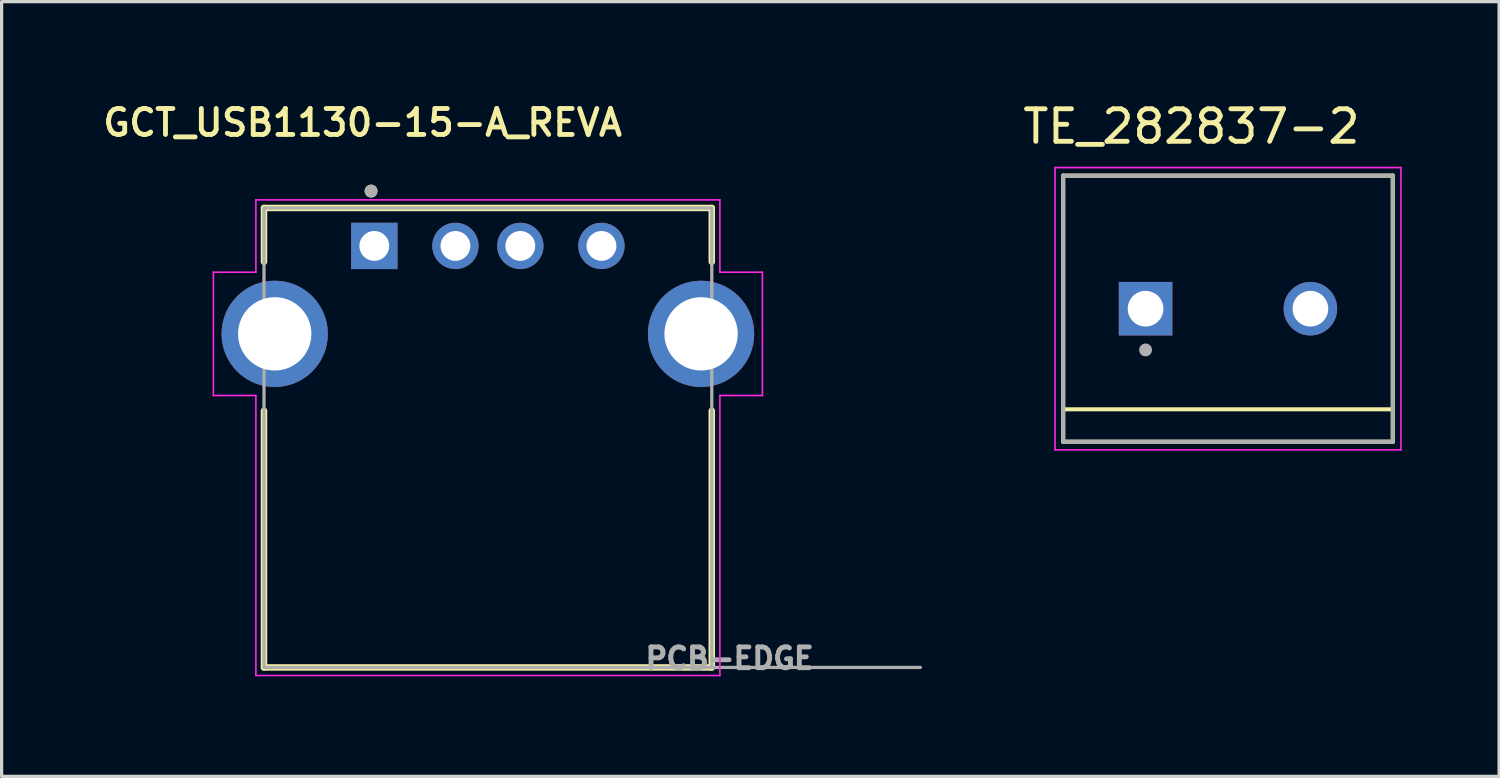
<source format=kicad_pcb>
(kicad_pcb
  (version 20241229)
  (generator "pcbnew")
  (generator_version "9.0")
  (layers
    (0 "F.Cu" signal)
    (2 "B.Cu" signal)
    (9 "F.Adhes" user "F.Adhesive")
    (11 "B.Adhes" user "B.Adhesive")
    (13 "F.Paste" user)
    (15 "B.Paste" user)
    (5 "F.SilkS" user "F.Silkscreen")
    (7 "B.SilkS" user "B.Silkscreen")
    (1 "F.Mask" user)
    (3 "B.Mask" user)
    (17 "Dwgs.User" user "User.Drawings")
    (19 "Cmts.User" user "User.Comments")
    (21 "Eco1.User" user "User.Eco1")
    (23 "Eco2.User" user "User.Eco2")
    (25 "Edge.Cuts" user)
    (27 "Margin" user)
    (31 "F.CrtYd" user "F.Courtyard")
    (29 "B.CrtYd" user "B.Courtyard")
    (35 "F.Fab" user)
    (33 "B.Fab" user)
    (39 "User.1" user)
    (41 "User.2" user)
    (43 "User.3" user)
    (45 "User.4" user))
  (footprint "GCT_USB1130-15-A_REVA"
    (layer "F.Cu")
    (at 11.986 7.239)
    (property "Reference" "GCT_USB1130-15-A_REVA" (at -3.86 -6.508 0) (layer "F.SilkS") (effects (font (size 0.8 0.8) (thickness 0.15))))
    (attr through_hole)
    (fp_line (start -6.9 -3.88) (end -6.9 -2.22) (stroke (width 0.2) (type solid)) (layer "F.SilkS"))
    (fp_line (start -6.9 2.37) (end -6.9 10.28) (stroke (width 0.2) (type solid)) (layer "F.SilkS"))
    (fp_line (start -6.9 10.28) (end 6.9 10.28) (stroke (width 0.2) (type solid)) (layer "F.SilkS"))
    (fp_line (start 6.9 -3.88) (end -6.9 -3.88) (stroke (width 0.2) (type solid)) (layer "F.SilkS"))
    (fp_line (start 6.9 -3.88) (end 6.9 -2.22) (stroke (width 0.2) (type solid)) (layer "F.SilkS"))
    (fp_line (start 6.9 2.37) (end 6.9 10.28) (stroke (width 0.2) (type solid)) (layer "F.SilkS"))
    (fp_circle (center -3.6 -4.4) (end -3.5 -4.4) (stroke (width 0.2) (type solid)) (fill no) (layer "F.SilkS"))
    (fp_line (start -8.46 -1.9) (end -7.15 -1.9) (stroke (width 0.05) (type solid)) (layer "F.CrtYd"))
    (fp_line (start -8.46 1.9) (end -8.46 -1.9) (stroke (width 0.05) (type solid)) (layer "F.CrtYd"))
    (fp_line (start -7.15 -4.13) (end 7.15 -4.13) (stroke (width 0.05) (type solid)) (layer "F.CrtYd"))
    (fp_line (start -7.15 -1.9) (end -7.15 -4.13) (stroke (width 0.05) (type solid)) (layer "F.CrtYd"))
    (fp_line (start -7.15 1.9) (end -8.46 1.9) (stroke (width 0.05) (type solid)) (layer "F.CrtYd"))
    (fp_line (start -7.15 10.53) (end -7.15 1.9) (stroke (width 0.05) (type solid)) (layer "F.CrtYd"))
    (fp_line (start 7.15 -4.13) (end 7.15 -1.9) (stroke (width 0.05) (type solid)) (layer "F.CrtYd"))
    (fp_line (start 7.15 -1.9) (end 8.46 -1.9) (stroke (width 0.05) (type solid)) (layer "F.CrtYd"))
    (fp_line (start 7.15 1.9) (end 7.15 10.53) (stroke (width 0.05) (type solid)) (layer "F.CrtYd"))
    (fp_line (start 7.15 10.53) (end -7.15 10.53) (stroke (width 0.05) (type solid)) (layer "F.CrtYd"))
    (fp_line (start 8.46 -1.9) (end 8.46 1.9) (stroke (width 0.05) (type solid)) (layer "F.CrtYd"))
    (fp_line (start 8.46 1.9) (end 7.15 1.9) (stroke (width 0.05) (type solid)) (layer "F.CrtYd"))
    (fp_line (start -6.9 -3.88) (end -6.9 10.28) (stroke (width 0.1) (type solid)) (layer "F.Fab"))
    (fp_line (start -6.9 10.28) (end 6.9 10.28) (stroke (width 0.1) (type solid)) (layer "F.Fab"))
    (fp_line (start 6.9 -3.88) (end -6.9 -3.88) (stroke (width 0.1) (type solid)) (layer "F.Fab"))
    (fp_line (start 6.9 10.28) (end 6.9 -3.88) (stroke (width 0.1) (type solid)) (layer "F.Fab"))
    (fp_line (start 6.9 10.28) (end 13.33 10.28) (stroke (width 0.1) (type solid)) (layer "F.Fab"))
    (fp_circle (center -3.6 -4.4) (end -3.5 -4.4) (stroke (width 0.2) (type solid)) (fill no) (layer "F.Fab"))
    (fp_text user "PCB-EDGE" (at 7.45 10 0) (layer "F.Fab") (effects (font (size 0.64 0.64) (thickness 0.15))))
    (pad "1" thru_hole rect (at -3.5 -2.71) (size 1.428 1.428) (drill 0.92) (layers "*.Cu" "*.Mask"))
    (pad "2" thru_hole circle (at -1 -2.71) (size 1.428 1.428) (drill 0.92) (layers "*.Cu" "*.Mask"))
    (pad "3" thru_hole circle (at 1 -2.71) (size 1.428 1.428) (drill 0.92) (layers "*.Cu" "*.Mask"))
    (pad "4" thru_hole circle (at 3.5 -2.71) (size 1.428 1.428) (drill 0.92) (layers "*.Cu" "*.Mask"))
    (pad "S1" thru_hole circle (at -6.57 0) (size 3.276 3.276) (drill 2.26) (layers "*.Cu" "*.Mask"))
    (pad "S2" thru_hole circle (at 6.57 0) (size 3.276 3.276) (drill 2.26) (layers "*.Cu" "*.Mask")))
  (footprint "TE_282837-2"
    (layer "F.Cu")
    (at 34.795 6.464)
    (property "Reference" "TE_282837-2" (at -1.127 -5.615 0) (layer "F.SilkS") (effects (font (size 1.002 1.002) (thickness 0.15))))
    (attr through_hole)
    (fp_line (start -5.08 -4.1) (end 5.08 -4.1) (stroke (width 0.127) (type solid)) (layer "F.SilkS"))
    (fp_line (start -5.08 3.1) (end -5.08 -4.1) (stroke (width 0.127) (type solid)) (layer "F.SilkS"))
    (fp_line (start -5.08 3.1) (end 5.08 3.1) (stroke (width 0.127) (type solid)) (layer "F.SilkS"))
    (fp_line (start -5.08 4.1) (end -5.08 3.1) (stroke (width 0.127) (type solid)) (layer "F.SilkS"))
    (fp_line (start 5.08 -4.1) (end 5.08 3.1) (stroke (width 0.127) (type solid)) (layer "F.SilkS"))
    (fp_line (start 5.08 3.1) (end 5.08 4.1) (stroke (width 0.127) (type solid)) (layer "F.SilkS"))
    (fp_line (start 5.08 4.1) (end -5.08 4.1) (stroke (width 0.127) (type solid)) (layer "F.SilkS"))
    (fp_line (start -5.33 -4.35) (end 5.33 -4.35) (stroke (width 0.05) (type solid)) (layer "F.CrtYd"))
    (fp_line (start -5.33 4.35) (end -5.33 -4.35) (stroke (width 0.05) (type solid)) (layer "F.CrtYd"))
    (fp_line (start 5.33 -4.35) (end 5.33 4.35) (stroke (width 0.05) (type solid)) (layer "F.CrtYd"))
    (fp_line (start 5.33 4.35) (end -5.33 4.35) (stroke (width 0.05) (type solid)) (layer "F.CrtYd"))
    (fp_line (start -5.08 -4.1) (end 5.08 -4.1) (stroke (width 0.127) (type solid)) (layer "F.Fab"))
    (fp_line (start -5.08 4.1) (end -5.08 -4.1) (stroke (width 0.127) (type solid)) (layer "F.Fab"))
    (fp_line (start 5.08 -4.1) (end 5.08 4.1) (stroke (width 0.127) (type solid)) (layer "F.Fab"))
    (fp_line (start 5.08 4.1) (end -5.08 4.1) (stroke (width 0.127) (type solid)) (layer "F.Fab"))
    (fp_circle (center -2.54 1.27) (end -2.44 1.27) (stroke (width 0.2) (type solid)) (fill no) (layer "F.Fab"))
    (pad "1" thru_hole rect (at -2.54 0) (size 1.65 1.65) (drill 1.1) (layers "*.Cu" "*.Mask"))
    (pad "2" thru_hole circle (at 2.54 0) (size 1.65 1.65) (drill 1.1) (layers "*.Cu" "*.Mask")))
  (gr_rect
    (start -3 -3)
    (end 43.15 20.877)
    (stroke (width 0.1) (type default))
    (fill no)
    (layer "Edge.Cuts")))
</source>
